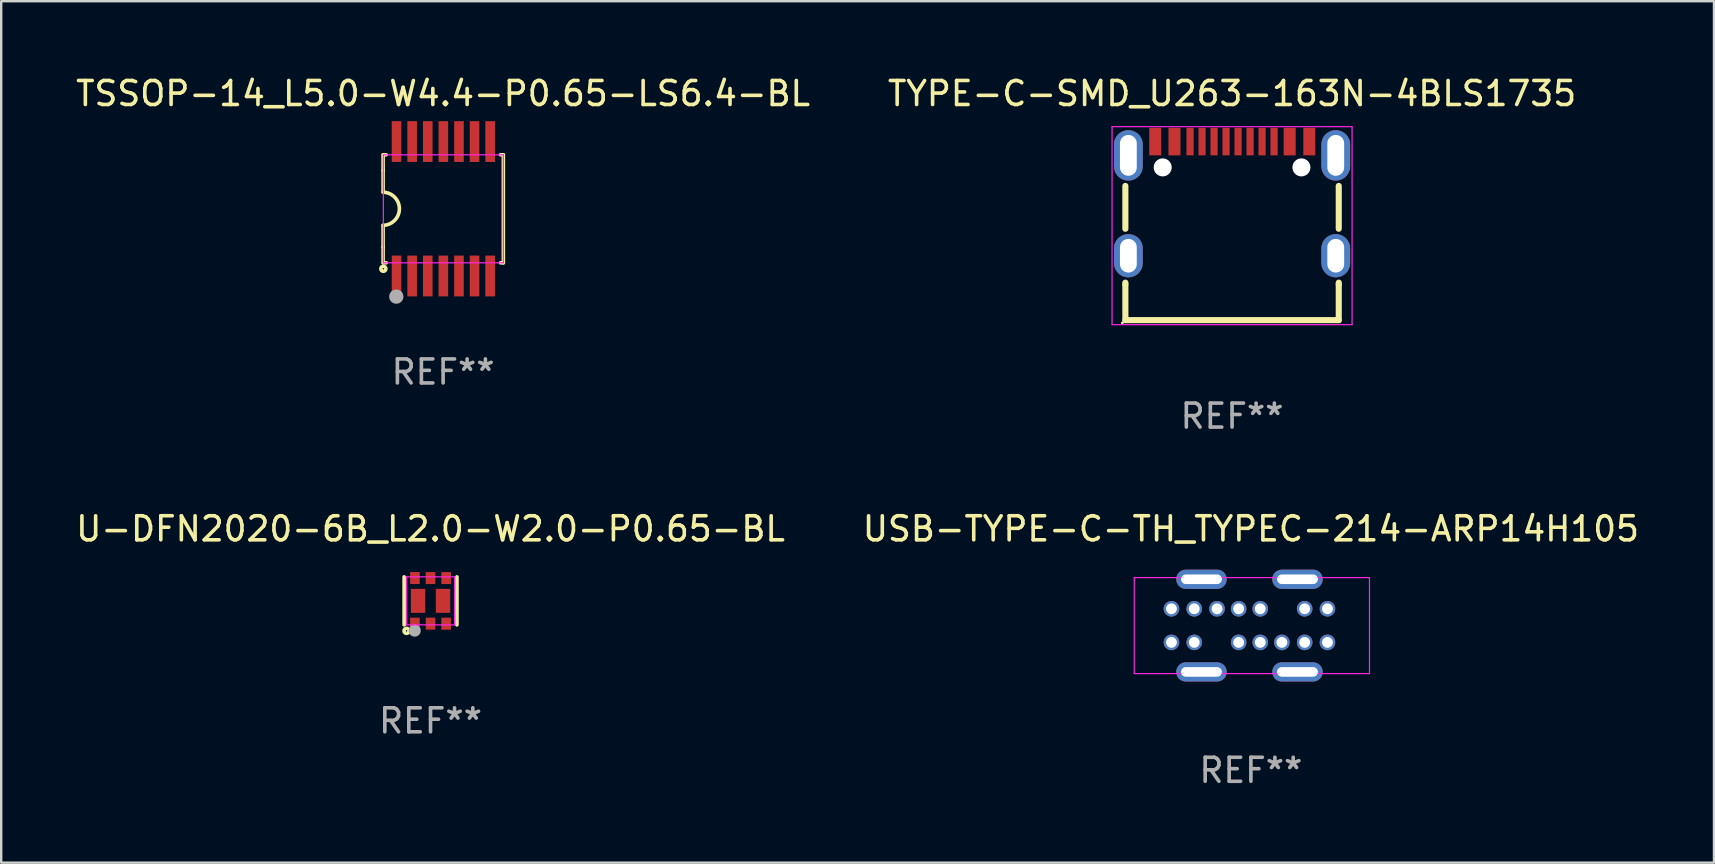
<source format=kicad_pcb>
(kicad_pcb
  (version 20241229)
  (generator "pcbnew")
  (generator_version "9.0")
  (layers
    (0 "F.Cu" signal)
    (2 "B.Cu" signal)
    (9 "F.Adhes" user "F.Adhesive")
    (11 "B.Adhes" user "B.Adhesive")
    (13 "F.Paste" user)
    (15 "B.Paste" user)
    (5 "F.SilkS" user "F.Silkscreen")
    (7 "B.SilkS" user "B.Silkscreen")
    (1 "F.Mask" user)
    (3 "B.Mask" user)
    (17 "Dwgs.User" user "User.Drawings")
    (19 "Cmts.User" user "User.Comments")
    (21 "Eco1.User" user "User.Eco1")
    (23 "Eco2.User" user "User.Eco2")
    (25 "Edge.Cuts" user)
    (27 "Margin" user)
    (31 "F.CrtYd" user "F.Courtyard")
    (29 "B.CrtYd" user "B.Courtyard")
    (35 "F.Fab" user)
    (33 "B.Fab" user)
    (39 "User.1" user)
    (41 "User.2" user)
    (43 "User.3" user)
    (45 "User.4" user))
  (footprint "TSSOP-14_L5.0-W4.4-P0.65-LS6.4-BL"
    (layer "F.Cu")
    (at 15.421 5.648)
    (property "Reference" "TSSOP-14_L5.0-W4.4-P0.65-LS6.4-BL" (at -0.01 -4.8 0) (layer "F.SilkS") (effects (font (size 1 1) (thickness 0.15))))
    (attr smd)
    (fp_line (start -2.51 -1.6) (end -2.51 -2.25) (stroke (width 0.15) (type solid)) (layer "F.SilkS"))
    (fp_line (start -2.51 -0.69) (end -2.51 -1.6) (stroke (width 0.15) (type solid)) (layer "F.SilkS"))
    (fp_line (start -2.51 1.6) (end -2.51 0.69) (stroke (width 0.15) (type solid)) (layer "F.SilkS"))
    (fp_line (start -2.51 1.6) (end -2.51 2.25) (stroke (width 0.15) (type solid)) (layer "F.SilkS"))
    (fp_line (start -2.5 -2.25) (end -2.38 -2.25) (stroke (width 0.15) (type solid)) (layer "F.SilkS"))
    (fp_line (start -2.38 2.25) (end -2.5 2.25) (stroke (width 0.15) (type solid)) (layer "F.SilkS"))
    (fp_line (start 2.38 -2.25) (end 2.5 -2.25) (stroke (width 0.15) (type solid)) (layer "F.SilkS"))
    (fp_line (start 2.5 -2.25) (end 2.5 2.25) (stroke (width 0.15) (type solid)) (layer "F.SilkS"))
    (fp_line (start 2.5 2.25) (end 2.38 2.25) (stroke (width 0.15) (type solid)) (layer "F.SilkS"))
    (fp_arc (start -2.51 -0.69) (mid -1.83 0) (end -2.51 0.69) (stroke (width 0.15) (type solid)) (layer "F.SilkS"))
    (fp_circle (center -2.5 2.5) (end -2.47 2.5) (stroke (width 0.15) (type solid)) (fill no) (layer "F.SilkS"))
    (fp_line (start -2.5 -2.25) (end 2.5 -2.25) (stroke (width 0.05) (type default)) (layer "F.CrtYd"))
    (fp_line (start -2.5 2.25) (end -2.5 -2.25) (stroke (width 0.05) (type default)) (layer "F.CrtYd"))
    (fp_line (start 2.5 -2.25) (end 2.5 2.25) (stroke (width 0.05) (type default)) (layer "F.CrtYd"))
    (fp_line (start 2.5 2.25) (end -2.5 2.25) (stroke (width 0.05) (type default)) (layer "F.CrtYd"))
    (fp_circle (center -1.96 3.66) (end -1.81 3.66) (stroke (width 0.3) (type solid)) (fill no) (layer "F.Fab"))
    (fp_text user "REF**" (at -0.01 6.8 0) (layer "F.Fab") (effects (font (size 1 1) (thickness 0.15))))
    (pad "1" smd rect (at -1.95 2.8) (size 0.4 1.7) (layers "F.Cu" "F.Mask" "F.Paste"))
    (pad "2" smd rect (at -1.3 2.8) (size 0.4 1.7) (layers "F.Cu" "F.Mask" "F.Paste"))
    (pad "3" smd rect (at -0.65 2.8) (size 0.4 1.7) (layers "F.Cu" "F.Mask" "F.Paste"))
    (pad "4" smd rect (at 0 2.8) (size 0.4 1.7) (layers "F.Cu" "F.Mask" "F.Paste"))
    (pad "5" smd rect (at 0.65 2.8) (size 0.4 1.7) (layers "F.Cu" "F.Mask" "F.Paste"))
    (pad "6" smd rect (at 1.3 2.8) (size 0.4 1.7) (layers "F.Cu" "F.Mask" "F.Paste"))
    (pad "7" smd rect (at 1.95 2.8) (size 0.4 1.7) (layers "F.Cu" "F.Mask" "F.Paste"))
    (pad "8" smd rect (at 1.95 -2.8) (size 0.4 1.7) (layers "F.Cu" "F.Mask" "F.Paste"))
    (pad "9" smd rect (at 1.3 -2.8) (size 0.4 1.7) (layers "F.Cu" "F.Mask" "F.Paste"))
    (pad "10" smd rect (at 0.65 -2.8) (size 0.4 1.7) (layers "F.Cu" "F.Mask" "F.Paste"))
    (pad "11" smd rect (at 0 -2.8) (size 0.4 1.7) (layers "F.Cu" "F.Mask" "F.Paste"))
    (pad "12" smd rect (at -0.65 -2.8) (size 0.4 1.7) (layers "F.Cu" "F.Mask" "F.Paste"))
    (pad "13" smd rect (at -1.3 -2.8) (size 0.4 1.7) (layers "F.Cu" "F.Mask" "F.Paste"))
    (pad "14" smd rect (at -1.95 -2.8) (size 0.4 1.7) (layers "F.Cu" "F.Mask" "F.Paste")))
  (footprint "U-DFN2020-6B_L2.0-W2.0-P0.65-BL"
    (layer "F.Cu")
    (at 14.887 21.983)
    (property "Reference" "U-DFN2020-6B_L2.0-W2.0-P0.65-BL" (at 0 -3 0) (layer "F.SilkS") (effects (font (size 1 1) (thickness 0.15))))
    (attr smd)
    (fp_line (start -1.1 -1) (end -1.1 1) (stroke (width 0.15) (type solid)) (layer "F.SilkS"))
    (fp_line (start 1.1 -1) (end 1.1 1) (stroke (width 0.15) (type solid)) (layer "F.SilkS"))
    (fp_circle (center -1 1.25) (end -0.97 1.25) (stroke (width 0.15) (type solid)) (fill no) (layer "F.SilkS"))
    (fp_line (start -1 -1) (end -1 1) (stroke (width 0.05) (type default)) (layer "F.CrtYd"))
    (fp_line (start -1 1) (end 1 1) (stroke (width 0.05) (type default)) (layer "F.CrtYd"))
    (fp_line (start 1 -1) (end -1 -1) (stroke (width 0.05) (type default)) (layer "F.CrtYd"))
    (fp_line (start 1 1) (end 1 -1) (stroke (width 0.05) (type default)) (layer "F.CrtYd"))
    (fp_circle (center -0.66 1.24) (end -0.53 1.24) (stroke (width 0.25) (type solid)) (fill no) (layer "F.Fab"))
    (fp_text user "REF**" (at 0 5 0) (layer "F.Fab") (effects (font (size 1 1) (thickness 0.15))))
    (pad "1" smd rect (at -0.65 0.95 180) (size 0.4 0.5) (layers "F.Cu" "F.Mask" "F.Paste"))
    (pad "2" smd rect (at 0 0.95 180) (size 0.4 0.5) (layers "F.Cu" "F.Mask" "F.Paste"))
    (pad "3" smd rect (at 0.52 0 180) (size 0.6 1) (layers "F.Cu" "F.Mask" "F.Paste"))
    (pad "3" smd rect (at 0.65 0.95 180) (size 0.4 0.5) (layers "F.Cu" "F.Mask" "F.Paste"))
    (pad "4" smd rect (at 0.65 -0.95 180) (size 0.4 0.5) (layers "F.Cu" "F.Mask" "F.Paste"))
    (pad "5" smd rect (at 0 -0.95 180) (size 0.4 0.5) (layers "F.Cu" "F.Mask" "F.Paste"))
    (pad "6" smd rect (at -0.65 -0.95 180) (size 0.4 0.5) (layers "F.Cu" "F.Mask" "F.Paste"))
    (pad "6" smd rect (at -0.52 0 180) (size 0.6 1) (layers "F.Cu" "F.Mask" "F.Paste")))
  (footprint "TYPE-C-SMD_U263-163N-4BLS1735"
    (layer "F.Cu")
    (at 48.28 5.226)
    (property "Reference" "TYPE-C-SMD_U263-163N-4BLS1735" (at 0.000102 -4.378 0) (layer "F.SilkS") (effects (font (size 1 1) (thickness 0.15))))
    (attr through_hole)
    (fp_line (start -4.445 1.256) (end -4.445 -0.531) (stroke (width 0.254) (type solid)) (layer "F.SilkS"))
    (fp_line (start -4.445 3.569) (end -4.445 3.499) (stroke (width 0.254) (type solid)) (layer "F.SilkS"))
    (fp_line (start -4.445 3.569) (end -4.445 5.061) (stroke (width 0.254) (type solid)) (layer "F.SilkS"))
    (fp_line (start -4.445 5.061) (end 4.445 5.061) (stroke (width 0.254) (type solid)) (layer "F.SilkS"))
    (fp_line (start 4.445 1.256) (end 4.445 -0.531) (stroke (width 0.254) (type solid)) (layer "F.SilkS"))
    (fp_line (start 4.445 3.569) (end 4.445 3.499) (stroke (width 0.254) (type solid)) (layer "F.SilkS"))
    (fp_line (start 4.445 5.061) (end 4.445 3.569) (stroke (width 0.254) (type solid)) (layer "F.SilkS"))
    (fp_circle (center -4.57 5.178) (end -4.54 5.178) (stroke (width 0.06) (type solid)) (fill no) (layer "F.SilkS"))
    (fp_line (start -5 -3) (end 5 -3) (stroke (width 0.05) (type default)) (layer "F.CrtYd"))
    (fp_line (start -5 5.25) (end -5 -3) (stroke (width 0.05) (type default)) (layer "F.CrtYd"))
    (fp_line (start 5 -3) (end 5 5.25) (stroke (width 0.05) (type default)) (layer "F.CrtYd"))
    (fp_line (start 5 5.25) (end -5 5.25) (stroke (width 0.05) (type default)) (layer "F.CrtYd"))
    (fp_circle (center -2.89 -1.302) (end -2.765 -1.302) (stroke (width 0.25) (type solid)) (fill no) (layer "F.Fab"))
    (fp_circle (center 2.89 -1.302) (end 3.015 -1.302) (stroke (width 0.25) (type solid)) (fill no) (layer "F.Fab"))
    (fp_text user "REF**" (at 0.000102 9.061 0) (layer "F.Fab") (effects (font (size 1 1) (thickness 0.15))))
    (pad "" np_thru_hole circle (at -2.89 -1.302) (size 0.75 0.75) (drill 0.75) (layers "*.Cu" "*.Mask"))
    (pad "" np_thru_hole circle (at 2.89 -1.302) (size 0.75 0.75) (drill 0.75) (layers "*.Cu" "*.Mask"))
    (pad "8" thru_hole oval (at -4.32 -1.803) (size 1.2 2.1) (drill oval 0.7 1.7) (layers "*.Cu" "*.Mask"))
    (pad "9" thru_hole oval (at 4.32 -1.803) (size 1.2 2.1) (drill oval 0.7 1.7) (layers "*.Cu" "*.Mask"))
    (pad "10" thru_hole oval (at -4.32 2.378) (size 1.2 1.8) (drill oval 0.7 1.4) (layers "*.Cu" "*.Mask"))
    (pad "11" thru_hole oval (at 4.32 2.378) (size 1.2 1.8) (drill oval 0.7 1.4) (layers "*.Cu" "*.Mask"))
    (pad "A1B12" smd rect (at -3.2 -2.378) (size 0.5 1.15) (layers "F.Cu" "F.Mask" "F.Paste"))
    (pad "A4B9" smd rect (at -2.4 -2.378) (size 0.5 1.15) (layers "F.Cu" "F.Mask" "F.Paste"))
    (pad "A5" smd rect (at -1.25 -2.378) (size 0.3 1.15) (layers "F.Cu" "F.Mask" "F.Paste"))
    (pad "A6" smd rect (at -0.25 -2.378) (size 0.3 1.15) (layers "F.Cu" "F.Mask" "F.Paste"))
    (pad "A7" smd rect (at 0.25 -2.378) (size 0.3 1.15) (layers "F.Cu" "F.Mask" "F.Paste"))
    (pad "A8" smd rect (at 1.25 -2.378) (size 0.3 1.15) (layers "F.Cu" "F.Mask" "F.Paste"))
    (pad "B1A12" smd rect (at 3.218 -2.378) (size 0.5 1.15) (layers "F.Cu" "F.Mask" "F.Paste"))
    (pad "B4A9" smd rect (at 2.4 -2.378) (size 0.5 1.15) (layers "F.Cu" "F.Mask" "F.Paste"))
    (pad "B5" smd rect (at 1.75 -2.378) (size 0.3 1.15) (layers "F.Cu" "F.Mask" "F.Paste"))
    (pad "B6" smd rect (at 0.75 -2.378) (size 0.3 1.15) (layers "F.Cu" "F.Mask" "F.Paste"))
    (pad "B7" smd rect (at -0.75 -2.378) (size 0.3 1.15) (layers "F.Cu" "F.Mask" "F.Paste"))
    (pad "B8" smd rect (at -1.75 -2.378) (size 0.3 1.15) (layers "F.Cu" "F.Mask" "F.Paste")))
  (footprint "USB-TYPE-C-TH_TYPEC-214-ARP14H105"
    (layer "F.Cu")
    (at 49.005 23.013)
    (property "Reference" "USB-TYPE-C-TH_TYPEC-214-ARP14H105" (at 0.06 -4.03 0) (layer "F.SilkS") (effects (font (size 1 1) (thickness 0.15))))
    (attr through_hole)
    (fp_line (start -4.8 -2) (end 5 -2) (stroke (width 0.05) (type default)) (layer "F.CrtYd"))
    (fp_line (start -4.8 2) (end -4.8 -2) (stroke (width 0.05) (type default)) (layer "F.CrtYd"))
    (fp_line (start 5 -2) (end 5 2) (stroke (width 0.05) (type default)) (layer "F.CrtYd"))
    (fp_line (start 5 2) (end -4.8 2) (stroke (width 0.05) (type default)) (layer "F.CrtYd"))
    (fp_text user "REF**" (at 0.06 6.03 0) (layer "F.Fab") (effects (font (size 1 1) (thickness 0.15))))
    (pad "1" thru_hole oval (at -2 1.93) (size 2.1 0.8) (drill oval 1.7 0.4) (layers "*.Cu" "*.Mask"))
    (pad "2" thru_hole oval (at 2 1.93) (size 2.1 0.8) (drill oval 1.7 0.4) (layers "*.Cu" "*.Mask"))
    (pad "3" thru_hole oval (at 2 -1.93) (size 2.1 0.8) (drill oval 1.7 0.4) (layers "*.Cu" "*.Mask"))
    (pad "4" thru_hole oval (at -2 -1.93) (size 2.1 0.8) (drill oval 1.7 0.4) (layers "*.Cu" "*.Mask"))
    (pad "A1" thru_hole circle (at -3.25 -0.7) (size 0.65 0.65) (drill 0.45) (layers "*.Cu" "*.Mask"))
    (pad "A4" thru_hole circle (at -2.3 -0.7) (size 0.65 0.65) (drill oval 0.45) (layers "*.Cu" "*.Mask"))
    (pad "A5" thru_hole circle (at -1.35 -0.7) (size 0.65 0.65) (drill oval 0.45) (layers "*.Cu" "*.Mask"))
    (pad "A6" thru_hole circle (at -0.45 -0.7) (size 0.65 0.65) (drill oval 0.45) (layers "*.Cu" "*.Mask"))
    (pad "A7" thru_hole circle (at 0.45 -0.7) (size 0.65 0.65) (drill oval 0.45) (layers "*.Cu" "*.Mask"))
    (pad "A9" thru_hole circle (at 2.3 -0.7) (size 0.65 0.65) (drill oval 0.45) (layers "*.Cu" "*.Mask"))
    (pad "A12" thru_hole circle (at 3.25 -0.7) (size 0.65 0.65) (drill oval 0.45) (layers "*.Cu" "*.Mask"))
    (pad "B1" thru_hole circle (at 3.25 0.7 180) (size 0.65 0.65) (drill 0.45) (layers "*.Cu" "*.Mask"))
    (pad "B4" thru_hole circle (at 2.3 0.7 180) (size 0.65 0.65) (drill oval 0.45) (layers "*.Cu" "*.Mask"))
    (pad "B5" thru_hole circle (at 1.35 0.7 180) (size 0.65 0.65) (drill oval 0.45) (layers "*.Cu" "*.Mask"))
    (pad "B6" thru_hole circle (at 0.45 0.7 180) (size 0.65 0.65) (drill oval 0.45) (layers "*.Cu" "*.Mask"))
    (pad "B7" thru_hole circle (at -0.45 0.7 180) (size 0.65 0.65) (drill oval 0.45) (layers "*.Cu" "*.Mask"))
    (pad "B9" thru_hole circle (at -2.3 0.7 180) (size 0.65 0.65) (drill oval 0.45) (layers "*.Cu" "*.Mask"))
    (pad "B12" thru_hole circle (at -3.25 0.7 180) (size 0.65 0.65) (drill oval 0.45) (layers "*.Cu" "*.Mask")))
  (gr_rect
    (start -3 -3)
    (end 68.357 32.891)
    (stroke (width 0.1) (type default))
    (fill no)
    (layer "Edge.Cuts")))
</source>
